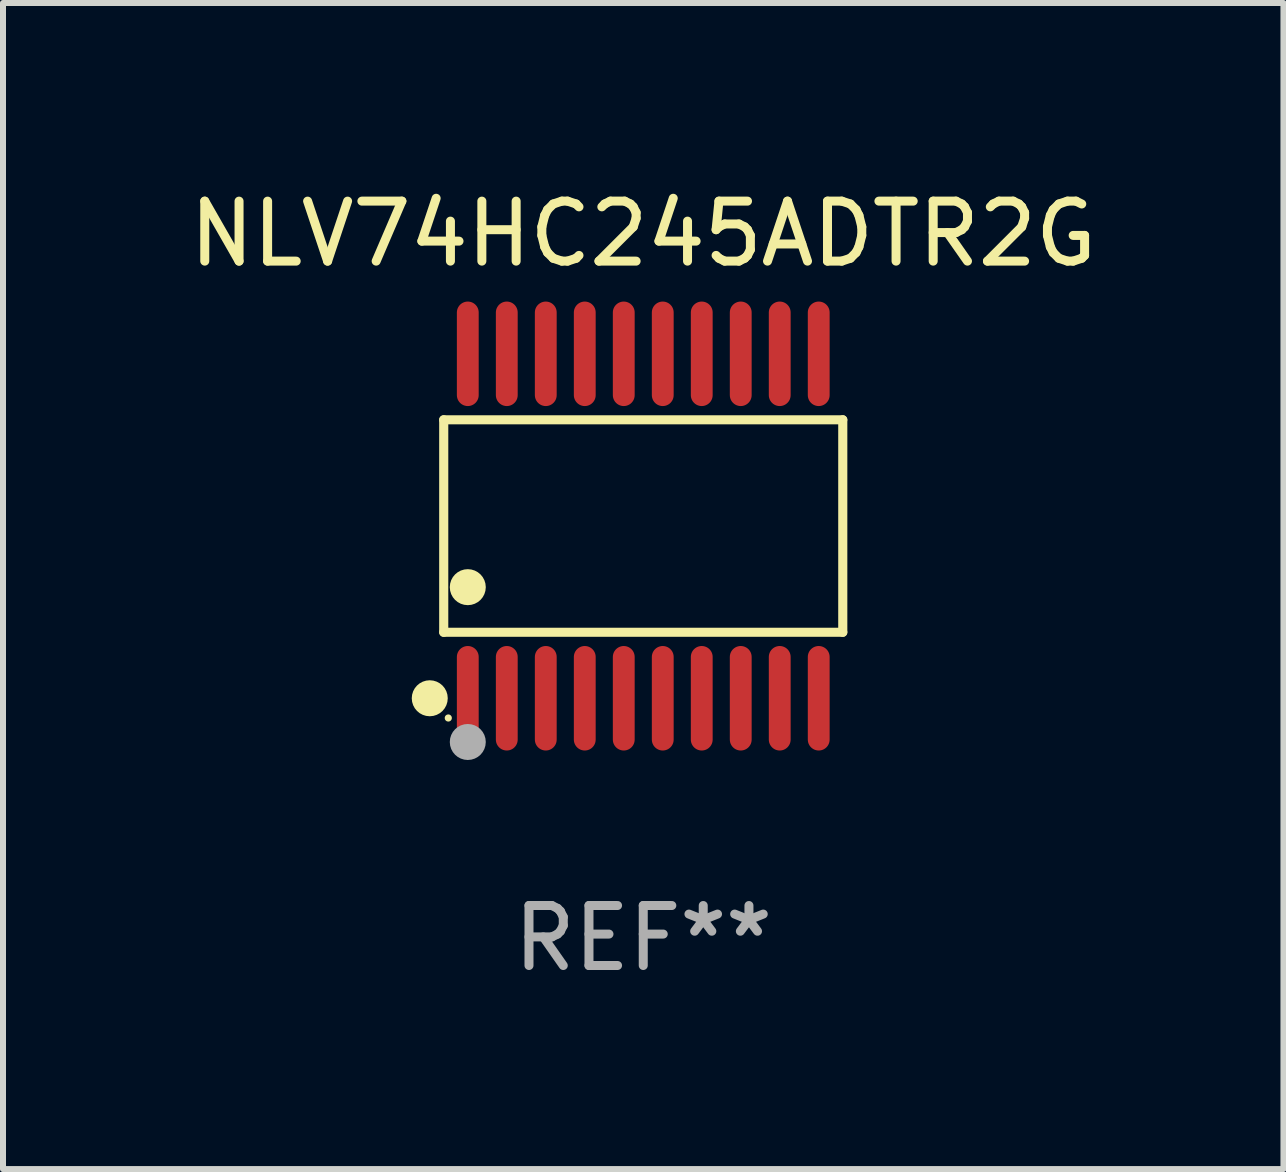
<source format=kicad_pcb>
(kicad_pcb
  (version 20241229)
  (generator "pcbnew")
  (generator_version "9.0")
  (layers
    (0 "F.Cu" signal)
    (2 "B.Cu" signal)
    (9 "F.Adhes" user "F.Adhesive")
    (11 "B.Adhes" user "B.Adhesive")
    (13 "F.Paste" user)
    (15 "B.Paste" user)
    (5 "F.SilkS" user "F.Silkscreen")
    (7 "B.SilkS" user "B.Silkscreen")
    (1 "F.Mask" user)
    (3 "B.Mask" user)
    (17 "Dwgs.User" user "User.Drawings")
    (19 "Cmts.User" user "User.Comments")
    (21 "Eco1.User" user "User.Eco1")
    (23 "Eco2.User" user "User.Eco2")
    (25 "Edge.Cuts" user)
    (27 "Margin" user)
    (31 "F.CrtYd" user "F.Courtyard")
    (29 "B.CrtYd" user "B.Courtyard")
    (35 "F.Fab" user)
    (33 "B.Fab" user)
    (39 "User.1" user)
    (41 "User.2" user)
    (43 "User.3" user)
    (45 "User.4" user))
  (footprint "NLV74HC245ADTR2G"
    (layer "F.Cu")
    (at 7.673 5.719)
    (property "Reference" "NLV74HC245ADTR2G" (at 0 -4.871 0) (layer "F.SilkS") (effects (font (size 1 1) (thickness 0.15))))
    (attr through_hole)
    (fp_line (start -3.326 -1.771) (end 3.326 -1.771) (stroke (width 0.152) (type solid)) (layer "F.SilkS"))
    (fp_line (start -3.326 1.771) (end -3.326 -1.771) (stroke (width 0.152) (type solid)) (layer "F.SilkS"))
    (fp_line (start 3.326 -1.771) (end 3.326 1.771) (stroke (width 0.152) (type solid)) (layer "F.SilkS"))
    (fp_line (start 3.326 1.771) (end -3.326 1.771) (stroke (width 0.152) (type solid)) (layer "F.SilkS"))
    (fp_circle (center -3.559 2.871) (end -3.409 2.871) (stroke (width 0.3) (type solid)) (fill no) (layer "F.SilkS"))
    (fp_circle (center -3.25 3.2) (end -3.22 3.2) (stroke (width 0.06) (type solid)) (fill no) (layer "F.SilkS"))
    (fp_circle (center -2.925 1.019) (end -2.775 1.019) (stroke (width 0.3) (type solid)) (fill no) (layer "F.SilkS"))
    (fp_circle (center -2.925 3.6) (end -2.775 3.6) (stroke (width 0.3) (type solid)) (fill no) (layer "F.Fab"))
    (fp_text user "REF**" (at 0 6.871 0) (layer "F.Fab") (effects (font (size 1 1) (thickness 0.15))))
    (pad "1" smd oval (at -2.925 2.871) (size 0.364 1.742) (layers "F.Cu" "F.Mask" "F.Paste"))
    (pad "2" smd oval (at -2.275 2.871) (size 0.364 1.742) (layers "F.Cu" "F.Mask" "F.Paste"))
    (pad "3" smd oval (at -1.625 2.871) (size 0.364 1.742) (layers "F.Cu" "F.Mask" "F.Paste"))
    (pad "4" smd oval (at -0.975 2.871) (size 0.364 1.742) (layers "F.Cu" "F.Mask" "F.Paste"))
    (pad "5" smd oval (at -0.325 2.871) (size 0.364 1.742) (layers "F.Cu" "F.Mask" "F.Paste"))
    (pad "6" smd oval (at 0.325 2.871) (size 0.364 1.742) (layers "F.Cu" "F.Mask" "F.Paste"))
    (pad "7" smd oval (at 0.975 2.871) (size 0.364 1.742) (layers "F.Cu" "F.Mask" "F.Paste"))
    (pad "8" smd oval (at 1.625 2.871) (size 0.364 1.742) (layers "F.Cu" "F.Mask" "F.Paste"))
    (pad "9" smd oval (at 2.275 2.871) (size 0.364 1.742) (layers "F.Cu" "F.Mask" "F.Paste"))
    (pad "10" smd oval (at 2.925 2.871) (size 0.364 1.742) (layers "F.Cu" "F.Mask" "F.Paste"))
    (pad "11" smd oval (at 2.925 -2.871) (size 0.364 1.742) (layers "F.Cu" "F.Mask" "F.Paste"))
    (pad "12" smd oval (at 2.275 -2.871) (size 0.364 1.742) (layers "F.Cu" "F.Mask" "F.Paste"))
    (pad "13" smd oval (at 1.625 -2.871) (size 0.364 1.742) (layers "F.Cu" "F.Mask" "F.Paste"))
    (pad "14" smd oval (at 0.975 -2.871) (size 0.364 1.742) (layers "F.Cu" "F.Mask" "F.Paste"))
    (pad "15" smd oval (at 0.325 -2.871) (size 0.364 1.742) (layers "F.Cu" "F.Mask" "F.Paste"))
    (pad "16" smd oval (at -0.325 -2.871) (size 0.364 1.742) (layers "F.Cu" "F.Mask" "F.Paste"))
    (pad "17" smd oval (at -0.975 -2.871) (size 0.364 1.742) (layers "F.Cu" "F.Mask" "F.Paste"))
    (pad "18" smd oval (at -1.625 -2.871) (size 0.364 1.742) (layers "F.Cu" "F.Mask" "F.Paste"))
    (pad "19" smd oval (at -2.275 -2.871) (size 0.364 1.742) (layers "F.Cu" "F.Mask" "F.Paste"))
    (pad "20" smd oval (at -2.925 -2.871) (size 0.364 1.742) (layers "F.Cu" "F.Mask" "F.Paste")))
  (gr_rect
    (start -3 -3)
    (end 18.345 16.438)
    (stroke (width 0.1) (type default))
    (fill no)
    (layer "Edge.Cuts")))
</source>
